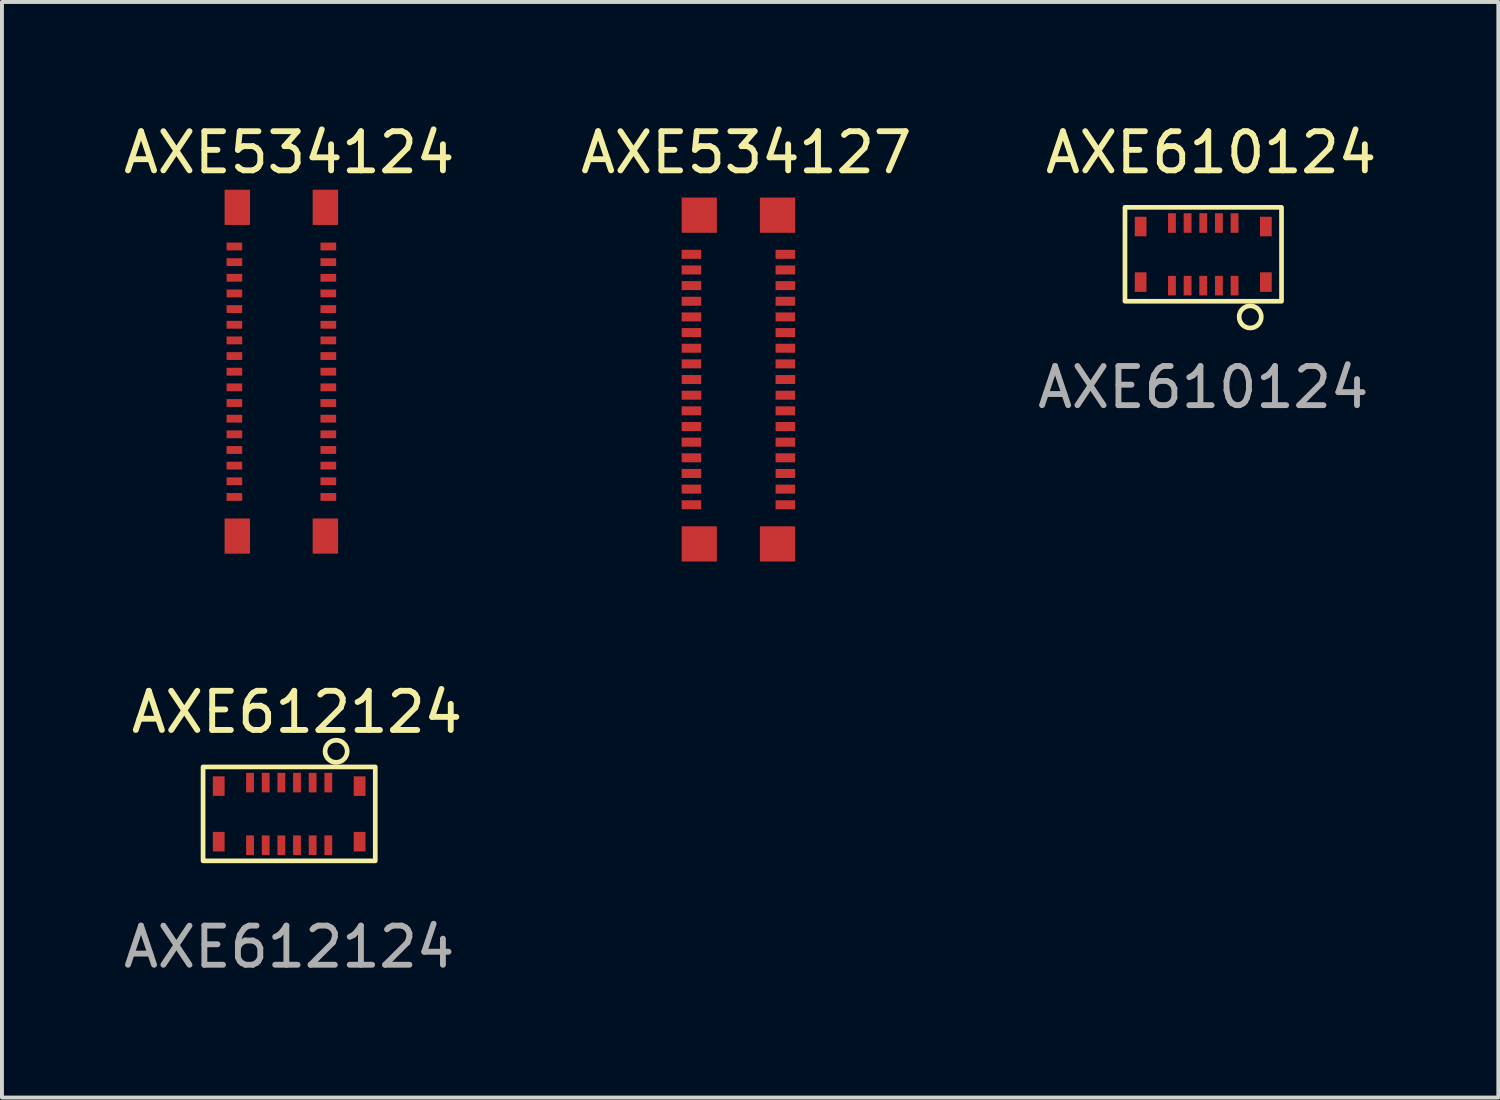
<source format=kicad_pcb>
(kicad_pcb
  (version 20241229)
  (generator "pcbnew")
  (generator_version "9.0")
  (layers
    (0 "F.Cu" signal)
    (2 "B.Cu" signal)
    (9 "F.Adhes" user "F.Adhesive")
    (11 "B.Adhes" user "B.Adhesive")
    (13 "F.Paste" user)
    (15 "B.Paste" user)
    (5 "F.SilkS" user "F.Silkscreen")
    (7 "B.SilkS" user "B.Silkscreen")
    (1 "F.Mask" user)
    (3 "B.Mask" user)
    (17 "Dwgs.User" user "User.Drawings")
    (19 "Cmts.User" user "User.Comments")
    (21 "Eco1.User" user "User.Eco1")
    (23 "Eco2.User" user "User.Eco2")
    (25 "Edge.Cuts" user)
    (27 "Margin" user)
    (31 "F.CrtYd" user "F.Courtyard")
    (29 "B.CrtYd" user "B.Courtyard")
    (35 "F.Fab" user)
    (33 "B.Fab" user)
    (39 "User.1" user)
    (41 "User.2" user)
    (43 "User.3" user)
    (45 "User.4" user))
  (footprint "AXE610124"
    (layer "F.Cu")
    (at 27.696 3.448)
    (property "Reference" "AXE610124" (at 0.2 -2.6 0) (unlocked yes) (layer "F.SilkS") (effects (font (size 1 1) (thickness 0.15))))
    (attr smd)
    (fp_rect (start -2 -1.2) (end 2 1.2) (stroke (width 0.12) (type solid)) (fill no) (layer "F.SilkS"))
    (fp_circle (center 1.2 1.6) (end 1.4 1.8) (stroke (width 0.12) (type solid)) (fill no) (layer "F.SilkS"))
    (fp_text user "${REFERENCE}" (at 0 3.4 0) (unlocked yes) (layer "F.Fab") (effects (font (size 1 1) (thickness 0.15))))
    (pad "" smd rect (at -1.6 -0.71) (size 0.3 0.5) (layers "F.Cu" "F.Mask" "F.Paste"))
    (pad "" smd rect (at -1.6 0.71) (size 0.3 0.5) (layers "F.Cu" "F.Mask" "F.Paste"))
    (pad "" smd rect (at 1.6 -0.71) (size 0.3 0.5) (layers "F.Cu" "F.Mask" "F.Paste"))
    (pad "" smd rect (at 1.6 0.71) (size 0.3 0.5) (layers "F.Cu" "F.Mask" "F.Paste"))
    (pad "1" smd rect (at 0.8 0.8) (size 0.2 0.5) (layers "F.Cu" "F.Mask" "F.Paste"))
    (pad "2" smd rect (at 0.8 -0.8) (size 0.2 0.5) (layers "F.Cu" "F.Mask" "F.Paste"))
    (pad "3" smd rect (at 0.4 0.8) (size 0.2 0.5) (layers "F.Cu" "F.Mask" "F.Paste"))
    (pad "4" smd rect (at 0.4 -0.8) (size 0.2 0.5) (layers "F.Cu" "F.Mask" "F.Paste"))
    (pad "5" smd rect (at 0 0.8) (size 0.2 0.5) (layers "F.Cu" "F.Mask" "F.Paste"))
    (pad "6" smd rect (at 0 -0.8) (size 0.2 0.5) (layers "F.Cu" "F.Mask" "F.Paste"))
    (pad "7" smd rect (at -0.4 0.8) (size 0.2 0.5) (layers "F.Cu" "F.Mask" "F.Paste"))
    (pad "8" smd rect (at -0.4 -0.8) (size 0.2 0.5) (layers "F.Cu" "F.Mask" "F.Paste"))
    (pad "9" smd rect (at -0.8 0.8) (size 0.2 0.5) (layers "F.Cu" "F.Mask" "F.Paste"))
    (pad "10" smd rect (at -0.8 -0.8) (size 0.2 0.5) (layers "F.Cu" "F.Mask" "F.Paste")))
  (footprint "AXE612124"
    (placed yes)
    (layer "F.Cu")
    (at 4.339 17.747)
    (property "Reference" "AXE612124" (at 0.2 -2.6 0) (unlocked yes) (layer "F.SilkS") (effects (font (size 1 1) (thickness 0.15))))
    (attr smd)
    (fp_rect (start -2.2 -1.2) (end 2.2 1.2) (stroke (width 0.12) (type solid)) (fill no) (layer "F.SilkS"))
    (fp_circle (center 1.2 -1.6) (end 1.4 -1.4) (stroke (width 0.12) (type solid)) (fill no) (layer "F.SilkS"))
    (fp_text user "${REFERENCE}" (at 0 3.4 0) (unlocked yes) (layer "F.Fab") (effects (font (size 1 1) (thickness 0.15))))
    (pad "" smd rect (at -1.8 -0.71) (size 0.3 0.5) (layers "F.Cu" "F.Mask" "F.Paste"))
    (pad "" smd rect (at -1.8 0.71) (size 0.3 0.5) (layers "F.Cu" "F.Mask" "F.Paste"))
    (pad "" smd rect (at 1.8 -0.71) (size 0.3 0.5) (layers "F.Cu" "F.Mask" "F.Paste"))
    (pad "" smd rect (at 1.8 0.71) (size 0.3 0.5) (layers "F.Cu" "F.Mask" "F.Paste"))
    (pad "1" smd rect (at 1 -0.8) (size 0.2 0.5) (layers "F.Cu" "F.Mask" "F.Paste"))
    (pad "2" smd rect (at 1 0.8) (size 0.2 0.5) (layers "F.Cu" "F.Mask" "F.Paste"))
    (pad "3" smd rect (at 0.6 -0.8) (size 0.2 0.5) (layers "F.Cu" "F.Mask" "F.Paste"))
    (pad "4" smd rect (at 0.6 0.8) (size 0.2 0.5) (layers "F.Cu" "F.Mask" "F.Paste"))
    (pad "5" smd rect (at 0.2 -0.8) (size 0.2 0.5) (layers "F.Cu" "F.Mask" "F.Paste"))
    (pad "6" smd rect (at 0.2 0.8) (size 0.2 0.5) (layers "F.Cu" "F.Mask" "F.Paste"))
    (pad "7" smd rect (at -0.2 -0.8) (size 0.2 0.5) (layers "F.Cu" "F.Mask" "F.Paste"))
    (pad "8" smd rect (at -0.2 0.8) (size 0.2 0.5) (layers "F.Cu" "F.Mask" "F.Paste"))
    (pad "9" smd rect (at -0.6 -0.8) (size 0.2 0.5) (layers "F.Cu" "F.Mask" "F.Paste"))
    (pad "10" smd rect (at -0.6 0.8) (size 0.2 0.5) (layers "F.Cu" "F.Mask" "F.Paste"))
    (pad "11" smd rect (at -1 -0.8) (size 0.2 0.5) (layers "F.Cu" "F.Mask" "F.Paste"))
    (pad "12" smd rect (at -1 0.8) (size 0.2 0.5) (layers "F.Cu" "F.Mask" "F.Paste")))
  (footprint "AXE534124"
    (layer "F.Cu")
    (at 4.139 6.448)
    (property "Reference" "AXE534124" (at 0.2 -5.6 0) (layer "F.SilkS") (effects (font (size 1 1) (thickness 0.15))))
    (attr through_hole)
    (pad "" smd rect (at -1.125 -4.2 90) (size 0.9 0.65) (layers "F.Cu" "F.Mask" "F.Paste"))
    (pad "" smd rect (at -1.125 4.2 90) (size 0.9 0.65) (layers "F.Cu" "F.Mask" "F.Paste"))
    (pad "" smd rect (at 1.125 -4.2 90) (size 0.9 0.65) (layers "F.Cu" "F.Mask" "F.Paste"))
    (pad "" smd rect (at 1.125 4.2 90) (size 0.9 0.65) (layers "F.Cu" "F.Mask" "F.Paste"))
    (pad "1" smd rect (at 1.2 -3.2 90) (size 0.2 0.4) (layers "F.Cu" "F.Mask" "F.Paste"))
    (pad "2" smd rect (at 1.2 -2.8 90) (size 0.2 0.4) (layers "F.Cu" "F.Mask" "F.Paste"))
    (pad "3" smd rect (at 1.2 -2.4 90) (size 0.2 0.4) (layers "F.Cu" "F.Mask" "F.Paste"))
    (pad "4" smd rect (at 1.2 -2 90) (size 0.2 0.4) (layers "F.Cu" "F.Mask" "F.Paste"))
    (pad "5" smd rect (at 1.2 -1.6 90) (size 0.2 0.4) (layers "F.Cu" "F.Mask" "F.Paste"))
    (pad "6" smd rect (at 1.2 -1.2 90) (size 0.2 0.4) (layers "F.Cu" "F.Mask" "F.Paste"))
    (pad "7" smd rect (at 1.2 -0.8 90) (size 0.2 0.4) (layers "F.Cu" "F.Mask" "F.Paste"))
    (pad "8" smd rect (at 1.2 -0.4 90) (size 0.2 0.4) (layers "F.Cu" "F.Mask" "F.Paste"))
    (pad "9" smd rect (at 1.2 0 90) (size 0.2 0.4) (layers "F.Cu" "F.Mask" "F.Paste"))
    (pad "10" smd rect (at 1.2 0.4 90) (size 0.2 0.4) (layers "F.Cu" "F.Mask" "F.Paste"))
    (pad "11" smd rect (at 1.2 0.8 90) (size 0.2 0.4) (layers "F.Cu" "F.Mask" "F.Paste"))
    (pad "12" smd rect (at 1.2 1.2 90) (size 0.2 0.4) (layers "F.Cu" "F.Mask" "F.Paste"))
    (pad "13" smd rect (at 1.2 1.6 90) (size 0.2 0.4) (layers "F.Cu" "F.Mask" "F.Paste"))
    (pad "14" smd rect (at 1.2 2 90) (size 0.2 0.4) (layers "F.Cu" "F.Mask" "F.Paste"))
    (pad "15" smd rect (at 1.2 2.4 90) (size 0.2 0.4) (layers "F.Cu" "F.Mask" "F.Paste"))
    (pad "16" smd rect (at 1.2 2.8 90) (size 0.2 0.4) (layers "F.Cu" "F.Mask" "F.Paste"))
    (pad "17" smd rect (at 1.2 3.2 90) (size 0.2 0.4) (layers "F.Cu" "F.Mask" "F.Paste"))
    (pad "18" smd rect (at -1.2 3.2 90) (size 0.2 0.4) (layers "F.Cu" "F.Mask" "F.Paste"))
    (pad "19" smd rect (at -1.2 2.8 90) (size 0.2 0.4) (layers "F.Cu" "F.Mask" "F.Paste"))
    (pad "20" smd rect (at -1.2 2.4 90) (size 0.2 0.4) (layers "F.Cu" "F.Mask" "F.Paste"))
    (pad "21" smd rect (at -1.2 2 90) (size 0.2 0.4) (layers "F.Cu" "F.Mask" "F.Paste"))
    (pad "22" smd rect (at -1.2 1.6 90) (size 0.2 0.4) (layers "F.Cu" "F.Mask" "F.Paste"))
    (pad "23" smd rect (at -1.2 1.2 90) (size 0.2 0.4) (layers "F.Cu" "F.Mask" "F.Paste"))
    (pad "24" smd rect (at -1.2 0.8 90) (size 0.2 0.4) (layers "F.Cu" "F.Mask" "F.Paste"))
    (pad "25" smd rect (at -1.2 0.4 90) (size 0.2 0.4) (layers "F.Cu" "F.Mask" "F.Paste"))
    (pad "26" smd rect (at -1.2 0 90) (size 0.2 0.4) (layers "F.Cu" "F.Mask" "F.Paste"))
    (pad "27" smd rect (at -1.2 -0.4 90) (size 0.2 0.4) (layers "F.Cu" "F.Mask" "F.Paste"))
    (pad "28" smd rect (at -1.2 -0.8 90) (size 0.2 0.4) (layers "F.Cu" "F.Mask" "F.Paste"))
    (pad "29" smd rect (at -1.2 -1.2 90) (size 0.2 0.4) (layers "F.Cu" "F.Mask" "F.Paste"))
    (pad "30" smd rect (at -1.2 -1.6 90) (size 0.2 0.4) (layers "F.Cu" "F.Mask" "F.Paste"))
    (pad "31" smd rect (at -1.2 -2 90) (size 0.2 0.4) (layers "F.Cu" "F.Mask" "F.Paste"))
    (pad "32" smd rect (at -1.2 -2.4 90) (size 0.2 0.4) (layers "F.Cu" "F.Mask" "F.Paste"))
    (pad "33" smd rect (at -1.2 -2.8 90) (size 0.2 0.4) (layers "F.Cu" "F.Mask" "F.Paste"))
    (pad "34" smd rect (at -1.2 -3.2 90) (size 0.2 0.4) (layers "F.Cu" "F.Mask" "F.Paste")))
  (footprint "AXE534127"
    (layer "F.Cu")
    (at 15.818 6.648)
    (property "Reference" "AXE534127" (at 0.2 -5.8 0) (layer "F.SilkS") (effects (font (size 1 1) (thickness 0.15))))
    (attr through_hole)
    (pad "" smd rect (at -1 -4.2) (size 0.9 0.9) (layers "F.Cu" "F.Mask" "F.Paste"))
    (pad "" smd rect (at -1 4.2) (size 0.9 0.9) (layers "F.Cu" "F.Mask" "F.Paste"))
    (pad "" smd rect (at 1 -4.2 90) (size 0.9 0.9) (layers "F.Cu" "F.Mask" "F.Paste"))
    (pad "" smd rect (at 1 4.2) (size 0.9 0.9) (layers "F.Cu" "F.Mask" "F.Paste"))
    (pad "1" smd rect (at -1.2 -3.2) (size 0.5 0.23) (layers "F.Cu" "F.Mask" "F.Paste"))
    (pad "2" smd rect (at -1.2 -2.8) (size 0.5 0.23) (layers "F.Cu" "F.Mask" "F.Paste"))
    (pad "3" smd rect (at -1.2 -2.4) (size 0.5 0.23) (layers "F.Cu" "F.Mask" "F.Paste"))
    (pad "4" smd rect (at -1.2 -2) (size 0.5 0.23) (layers "F.Cu" "F.Mask" "F.Paste"))
    (pad "5" smd rect (at -1.2 -1.6) (size 0.5 0.23) (layers "F.Cu" "F.Mask" "F.Paste"))
    (pad "6" smd rect (at -1.2 -1.2) (size 0.5 0.23) (layers "F.Cu" "F.Mask" "F.Paste"))
    (pad "7" smd rect (at -1.2 -0.8) (size 0.5 0.23) (layers "F.Cu" "F.Mask" "F.Paste"))
    (pad "8" smd rect (at -1.2 -0.4) (size 0.5 0.23) (layers "F.Cu" "F.Mask" "F.Paste"))
    (pad "9" smd rect (at -1.2 0) (size 0.5 0.23) (layers "F.Cu" "F.Mask" "F.Paste"))
    (pad "10" smd rect (at -1.2 0.4) (size 0.5 0.23) (layers "F.Cu" "F.Mask" "F.Paste"))
    (pad "11" smd rect (at -1.2 0.8) (size 0.5 0.23) (layers "F.Cu" "F.Mask" "F.Paste"))
    (pad "12" smd rect (at -1.2 1.2) (size 0.5 0.23) (layers "F.Cu" "F.Mask" "F.Paste"))
    (pad "13" smd rect (at -1.2 1.6) (size 0.5 0.23) (layers "F.Cu" "F.Mask" "F.Paste"))
    (pad "14" smd rect (at -1.2 2) (size 0.5 0.23) (layers "F.Cu" "F.Mask" "F.Paste"))
    (pad "15" smd rect (at -1.2 2.4) (size 0.5 0.23) (layers "F.Cu" "F.Mask" "F.Paste"))
    (pad "16" smd rect (at -1.2 2.8) (size 0.5 0.23) (layers "F.Cu" "F.Mask" "F.Paste"))
    (pad "17" smd rect (at -1.2 3.2) (size 0.5 0.23) (layers "F.Cu" "F.Mask" "F.Paste"))
    (pad "18" smd rect (at 1.2 3.2) (size 0.5 0.23) (layers "F.Cu" "F.Mask" "F.Paste"))
    (pad "19" smd rect (at 1.2 2.8) (size 0.5 0.23) (layers "F.Cu" "F.Mask" "F.Paste"))
    (pad "20" smd rect (at 1.2 2.4) (size 0.5 0.23) (layers "F.Cu" "F.Mask" "F.Paste"))
    (pad "21" smd rect (at 1.2 2) (size 0.5 0.23) (layers "F.Cu" "F.Mask" "F.Paste"))
    (pad "22" smd rect (at 1.2 1.6) (size 0.5 0.23) (layers "F.Cu" "F.Mask" "F.Paste"))
    (pad "23" smd rect (at 1.2 1.2) (size 0.5 0.23) (layers "F.Cu" "F.Mask" "F.Paste"))
    (pad "24" smd rect (at 1.2 0.8) (size 0.5 0.23) (layers "F.Cu" "F.Mask" "F.Paste"))
    (pad "25" smd rect (at 1.2 0.4) (size 0.5 0.23) (layers "F.Cu" "F.Mask" "F.Paste"))
    (pad "26" smd rect (at 1.2 0) (size 0.5 0.23) (layers "F.Cu" "F.Mask" "F.Paste"))
    (pad "27" smd rect (at 1.2 -0.4) (size 0.5 0.23) (layers "F.Cu" "F.Mask" "F.Paste"))
    (pad "28" smd rect (at 1.2 -0.8) (size 0.5 0.23) (layers "F.Cu" "F.Mask" "F.Paste"))
    (pad "29" smd rect (at 1.2 -1.2) (size 0.5 0.23) (layers "F.Cu" "F.Mask" "F.Paste"))
    (pad "30" smd rect (at 1.2 -1.6) (size 0.5 0.23) (layers "F.Cu" "F.Mask" "F.Paste"))
    (pad "31" smd rect (at 1.2 -2) (size 0.5 0.23) (layers "F.Cu" "F.Mask" "F.Paste"))
    (pad "32" smd rect (at 1.2 -2.4) (size 0.5 0.23) (layers "F.Cu" "F.Mask" "F.Paste"))
    (pad "33" smd rect (at 1.2 -2.8) (size 0.5 0.23) (layers "F.Cu" "F.Mask" "F.Paste"))
    (pad "34" smd rect (at 1.2 -3.2) (size 0.5 0.23) (layers "F.Cu" "F.Mask" "F.Paste")))
  (gr_rect
    (start -3 -3)
    (end 35.236 24.995)
    (stroke (width 0.1) (type default))
    (fill no)
    (layer "Edge.Cuts")))
</source>
